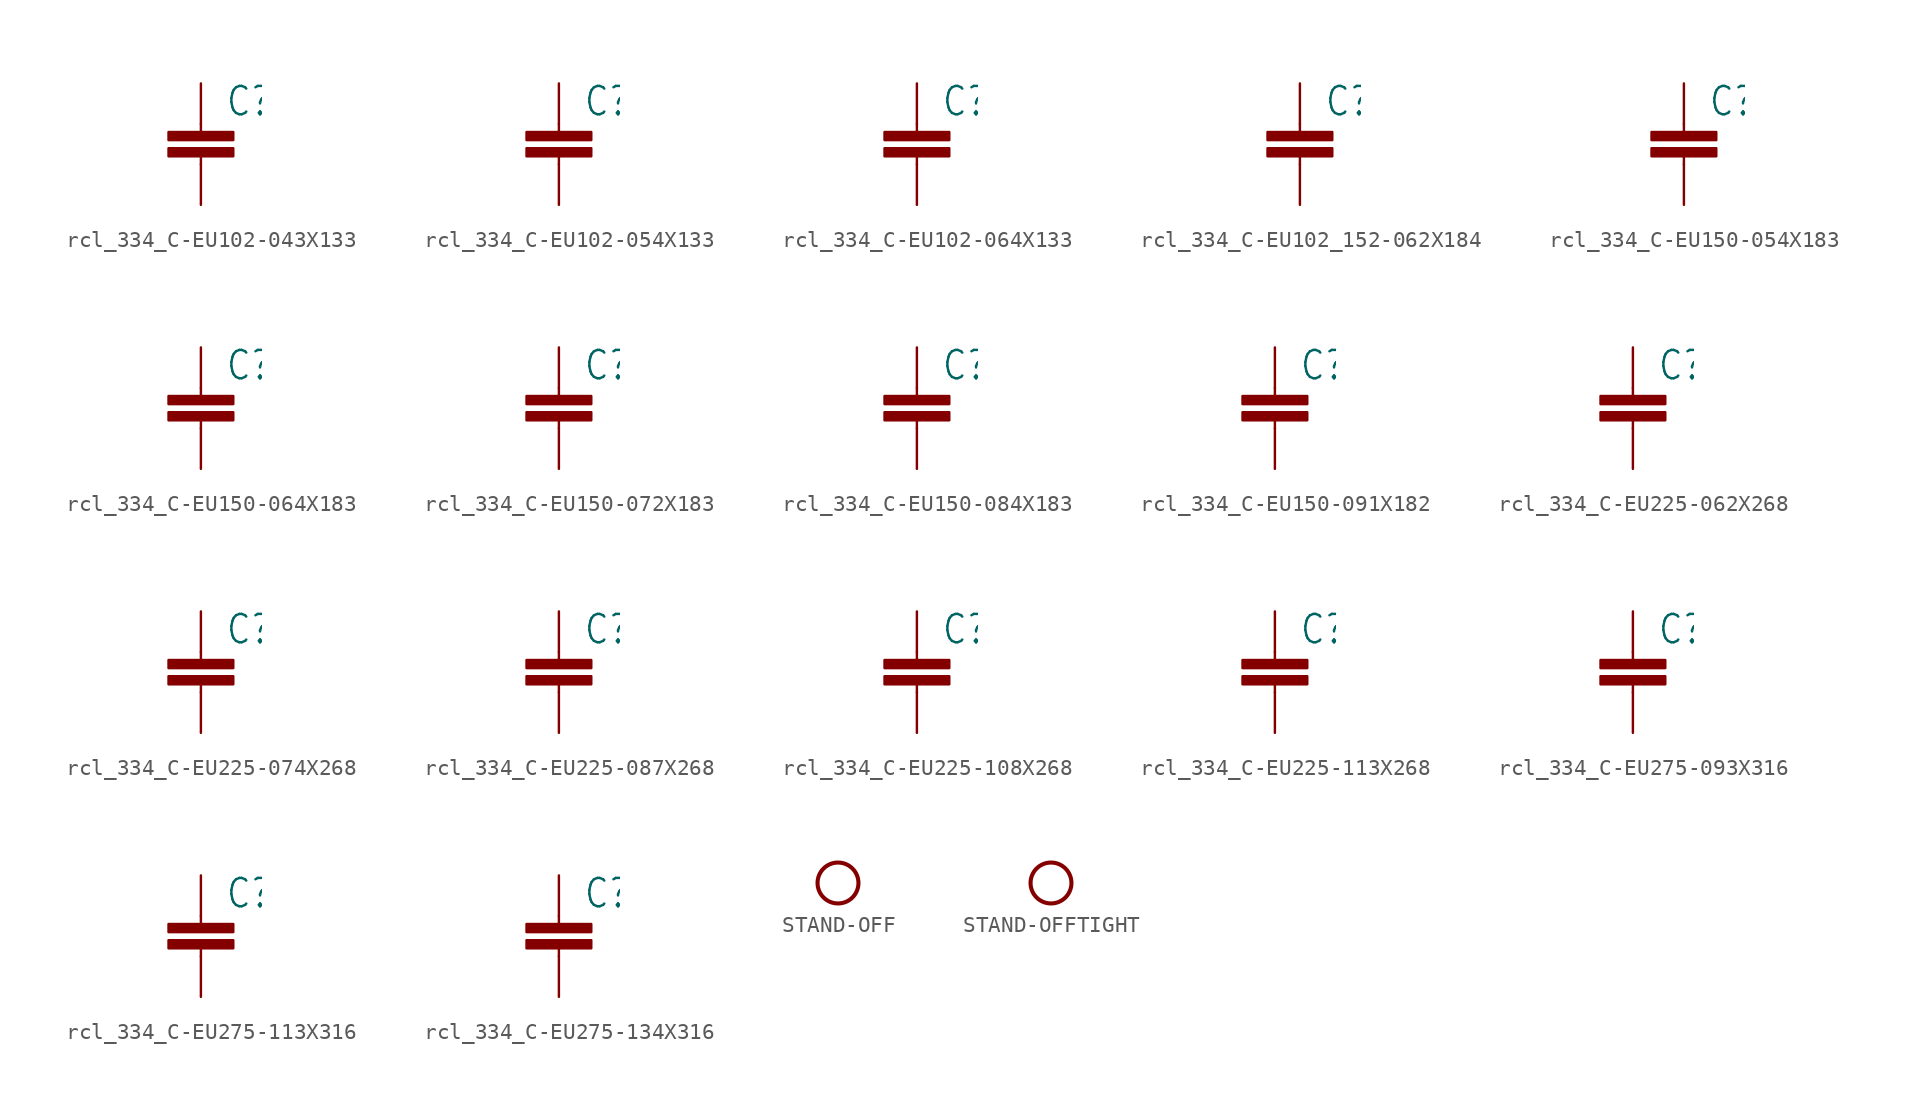
<source format=kicad_sym>
(kicad_symbol_lib
  (version 20241209)
  (generator "kicad_symbol_editor")
  (generator_version "9.0")
  (symbol "rcl_334_C-EU102-043X133"
    (property "Reference" "C"
      (at 1.524 0.381 0)
      (effects (font (size 1.778 1.511)) (justify left bottom)))
    (property "Value" ""
      (at 1.524 -4.699 0)
      (effects (font (size 1.778 1.511)) (justify left bottom)))
    (property "ki_locked" ""
      (at 0 0 0)
      (effects (font (size 1.27 1.27))))
    (symbol "rcl_334_C-EU102-043X133_1_0"
      (rectangle (start -2.032 -1.016) (end 2.032 -0.508) (stroke (width 0) (type default)) (fill (type outline)))
      (rectangle (start -2.032 -2.032) (end 2.032 -1.524) (stroke (width 0) (type default)) (fill (type outline)))
      (polyline (pts (xy 0 0) (xy 0 -0.508)) (stroke (width 0.152) (type solid)) (fill (type none)))
      (polyline (pts (xy 0 -2.54) (xy 0 -2.032)) (stroke (width 0.152) (type solid)) (fill (type none)))
      (pin passive line (at 0 2.54 270) (length 2.54) (name "1" (effects (font (size 0 0)))) (number "1" (effects (font (size 0 0)))))
      (pin passive line (at 0 -5.08 90) (length 2.54) (name "2" (effects (font (size 0 0)))) (number "2" (effects (font (size 0 0)))))))
  (symbol "rcl_334_C-EU102-054X133"
    (property "Reference" "C"
      (at 1.524 0.381 0)
      (effects (font (size 1.778 1.511)) (justify left bottom)))
    (property "Value" ""
      (at 1.524 -4.699 0)
      (effects (font (size 1.778 1.511)) (justify left bottom)))
    (property "ki_locked" ""
      (at 0 0 0)
      (effects (font (size 1.27 1.27))))
    (symbol "rcl_334_C-EU102-054X133_1_0"
      (rectangle (start -2.032 -1.016) (end 2.032 -0.508) (stroke (width 0) (type default)) (fill (type outline)))
      (rectangle (start -2.032 -2.032) (end 2.032 -1.524) (stroke (width 0) (type default)) (fill (type outline)))
      (polyline (pts (xy 0 0) (xy 0 -0.508)) (stroke (width 0.152) (type solid)) (fill (type none)))
      (polyline (pts (xy 0 -2.54) (xy 0 -2.032)) (stroke (width 0.152) (type solid)) (fill (type none)))
      (pin passive line (at 0 2.54 270) (length 2.54) (name "1" (effects (font (size 0 0)))) (number "1" (effects (font (size 0 0)))))
      (pin passive line (at 0 -5.08 90) (length 2.54) (name "2" (effects (font (size 0 0)))) (number "2" (effects (font (size 0 0)))))))
  (symbol "rcl_334_C-EU102-064X133"
    (property "Reference" "C"
      (at 1.524 0.381 0)
      (effects (font (size 1.778 1.511)) (justify left bottom)))
    (property "Value" ""
      (at 1.524 -4.699 0)
      (effects (font (size 1.778 1.511)) (justify left bottom)))
    (property "ki_locked" ""
      (at 0 0 0)
      (effects (font (size 1.27 1.27))))
    (symbol "rcl_334_C-EU102-064X133_1_0"
      (rectangle (start -2.032 -1.016) (end 2.032 -0.508) (stroke (width 0) (type default)) (fill (type outline)))
      (rectangle (start -2.032 -2.032) (end 2.032 -1.524) (stroke (width 0) (type default)) (fill (type outline)))
      (polyline (pts (xy 0 0) (xy 0 -0.508)) (stroke (width 0.152) (type solid)) (fill (type none)))
      (polyline (pts (xy 0 -2.54) (xy 0 -2.032)) (stroke (width 0.152) (type solid)) (fill (type none)))
      (pin passive line (at 0 2.54 270) (length 2.54) (name "1" (effects (font (size 0 0)))) (number "1" (effects (font (size 0 0)))))
      (pin passive line (at 0 -5.08 90) (length 2.54) (name "2" (effects (font (size 0 0)))) (number "2" (effects (font (size 0 0)))))))
  (symbol "rcl_334_C-EU102_152-062X184"
    (property "Reference" "C"
      (at 1.524 0.381 0)
      (effects (font (size 1.778 1.511)) (justify left bottom)))
    (property "Value" ""
      (at 1.524 -4.699 0)
      (effects (font (size 1.778 1.511)) (justify left bottom)))
    (property "ki_locked" ""
      (at 0 0 0)
      (effects (font (size 1.27 1.27))))
    (symbol "rcl_334_C-EU102_152-062X184_1_0"
      (rectangle (start -2.032 -1.016) (end 2.032 -0.508) (stroke (width 0) (type default)) (fill (type outline)))
      (rectangle (start -2.032 -2.032) (end 2.032 -1.524) (stroke (width 0) (type default)) (fill (type outline)))
      (polyline (pts (xy 0 0) (xy 0 -0.508)) (stroke (width 0.152) (type solid)) (fill (type none)))
      (polyline (pts (xy 0 -2.54) (xy 0 -2.032)) (stroke (width 0.152) (type solid)) (fill (type none)))
      (pin passive line (at 0 2.54 270) (length 2.54) (name "1" (effects (font (size 0 0)))) (number "1" (effects (font (size 0 0)))))
      (pin passive line (at 0 -5.08 90) (length 2.54) (name "2" (effects (font (size 0 0)))) (number "2" (effects (font (size 0 0)))))))
  (symbol "rcl_334_C-EU150-054X183"
    (property "Reference" "C"
      (at 1.524 0.381 0)
      (effects (font (size 1.778 1.511)) (justify left bottom)))
    (property "Value" ""
      (at 1.524 -4.699 0)
      (effects (font (size 1.778 1.511)) (justify left bottom)))
    (property "ki_locked" ""
      (at 0 0 0)
      (effects (font (size 1.27 1.27))))
    (symbol "rcl_334_C-EU150-054X183_1_0"
      (rectangle (start -2.032 -1.016) (end 2.032 -0.508) (stroke (width 0) (type default)) (fill (type outline)))
      (rectangle (start -2.032 -2.032) (end 2.032 -1.524) (stroke (width 0) (type default)) (fill (type outline)))
      (polyline (pts (xy 0 0) (xy 0 -0.508)) (stroke (width 0.152) (type solid)) (fill (type none)))
      (polyline (pts (xy 0 -2.54) (xy 0 -2.032)) (stroke (width 0.152) (type solid)) (fill (type none)))
      (pin passive line (at 0 2.54 270) (length 2.54) (name "1" (effects (font (size 0 0)))) (number "1" (effects (font (size 0 0)))))
      (pin passive line (at 0 -5.08 90) (length 2.54) (name "2" (effects (font (size 0 0)))) (number "2" (effects (font (size 0 0)))))))
  (symbol "rcl_334_C-EU150-064X183"
    (property "Reference" "C"
      (at 1.524 0.381 0)
      (effects (font (size 1.778 1.511)) (justify left bottom)))
    (property "Value" ""
      (at 1.524 -4.699 0)
      (effects (font (size 1.778 1.511)) (justify left bottom)))
    (property "ki_locked" ""
      (at 0 0 0)
      (effects (font (size 1.27 1.27))))
    (symbol "rcl_334_C-EU150-064X183_1_0"
      (rectangle (start -2.032 -1.016) (end 2.032 -0.508) (stroke (width 0) (type default)) (fill (type outline)))
      (rectangle (start -2.032 -2.032) (end 2.032 -1.524) (stroke (width 0) (type default)) (fill (type outline)))
      (polyline (pts (xy 0 0) (xy 0 -0.508)) (stroke (width 0.152) (type solid)) (fill (type none)))
      (polyline (pts (xy 0 -2.54) (xy 0 -2.032)) (stroke (width 0.152) (type solid)) (fill (type none)))
      (pin passive line (at 0 2.54 270) (length 2.54) (name "1" (effects (font (size 0 0)))) (number "1" (effects (font (size 0 0)))))
      (pin passive line (at 0 -5.08 90) (length 2.54) (name "2" (effects (font (size 0 0)))) (number "2" (effects (font (size 0 0)))))))
  (symbol "rcl_334_C-EU150-072X183"
    (property "Reference" "C"
      (at 1.524 0.381 0)
      (effects (font (size 1.778 1.511)) (justify left bottom)))
    (property "Value" ""
      (at 1.524 -4.699 0)
      (effects (font (size 1.778 1.511)) (justify left bottom)))
    (property "ki_locked" ""
      (at 0 0 0)
      (effects (font (size 1.27 1.27))))
    (symbol "rcl_334_C-EU150-072X183_1_0"
      (rectangle (start -2.032 -1.016) (end 2.032 -0.508) (stroke (width 0) (type default)) (fill (type outline)))
      (rectangle (start -2.032 -2.032) (end 2.032 -1.524) (stroke (width 0) (type default)) (fill (type outline)))
      (polyline (pts (xy 0 0) (xy 0 -0.508)) (stroke (width 0.152) (type solid)) (fill (type none)))
      (polyline (pts (xy 0 -2.54) (xy 0 -2.032)) (stroke (width 0.152) (type solid)) (fill (type none)))
      (pin passive line (at 0 2.54 270) (length 2.54) (name "1" (effects (font (size 0 0)))) (number "1" (effects (font (size 0 0)))))
      (pin passive line (at 0 -5.08 90) (length 2.54) (name "2" (effects (font (size 0 0)))) (number "2" (effects (font (size 0 0)))))))
  (symbol "rcl_334_C-EU150-084X183"
    (property "Reference" "C"
      (at 1.524 0.381 0)
      (effects (font (size 1.778 1.511)) (justify left bottom)))
    (property "Value" ""
      (at 1.524 -4.699 0)
      (effects (font (size 1.778 1.511)) (justify left bottom)))
    (property "ki_locked" ""
      (at 0 0 0)
      (effects (font (size 1.27 1.27))))
    (symbol "rcl_334_C-EU150-084X183_1_0"
      (rectangle (start -2.032 -1.016) (end 2.032 -0.508) (stroke (width 0) (type default)) (fill (type outline)))
      (rectangle (start -2.032 -2.032) (end 2.032 -1.524) (stroke (width 0) (type default)) (fill (type outline)))
      (polyline (pts (xy 0 0) (xy 0 -0.508)) (stroke (width 0.152) (type solid)) (fill (type none)))
      (polyline (pts (xy 0 -2.54) (xy 0 -2.032)) (stroke (width 0.152) (type solid)) (fill (type none)))
      (pin passive line (at 0 2.54 270) (length 2.54) (name "1" (effects (font (size 0 0)))) (number "1" (effects (font (size 0 0)))))
      (pin passive line (at 0 -5.08 90) (length 2.54) (name "2" (effects (font (size 0 0)))) (number "2" (effects (font (size 0 0)))))))
  (symbol "rcl_334_C-EU150-091X182"
    (property "Reference" "C"
      (at 1.524 0.381 0)
      (effects (font (size 1.778 1.511)) (justify left bottom)))
    (property "Value" ""
      (at 1.524 -4.699 0)
      (effects (font (size 1.778 1.511)) (justify left bottom)))
    (property "ki_locked" ""
      (at 0 0 0)
      (effects (font (size 1.27 1.27))))
    (symbol "rcl_334_C-EU150-091X182_1_0"
      (rectangle (start -2.032 -1.016) (end 2.032 -0.508) (stroke (width 0) (type default)) (fill (type outline)))
      (rectangle (start -2.032 -2.032) (end 2.032 -1.524) (stroke (width 0) (type default)) (fill (type outline)))
      (polyline (pts (xy 0 0) (xy 0 -0.508)) (stroke (width 0.152) (type solid)) (fill (type none)))
      (polyline (pts (xy 0 -2.54) (xy 0 -2.032)) (stroke (width 0.152) (type solid)) (fill (type none)))
      (pin passive line (at 0 2.54 270) (length 2.54) (name "1" (effects (font (size 0 0)))) (number "1" (effects (font (size 0 0)))))
      (pin passive line (at 0 -5.08 90) (length 2.54) (name "2" (effects (font (size 0 0)))) (number "2" (effects (font (size 0 0)))))))
  (symbol "rcl_334_C-EU225-062X268"
    (property "Reference" "C"
      (at 1.524 0.381 0)
      (effects (font (size 1.778 1.511)) (justify left bottom)))
    (property "Value" ""
      (at 1.524 -4.699 0)
      (effects (font (size 1.778 1.511)) (justify left bottom)))
    (property "ki_locked" ""
      (at 0 0 0)
      (effects (font (size 1.27 1.27))))
    (symbol "rcl_334_C-EU225-062X268_1_0"
      (rectangle (start -2.032 -1.016) (end 2.032 -0.508) (stroke (width 0) (type default)) (fill (type outline)))
      (rectangle (start -2.032 -2.032) (end 2.032 -1.524) (stroke (width 0) (type default)) (fill (type outline)))
      (polyline (pts (xy 0 0) (xy 0 -0.508)) (stroke (width 0.152) (type solid)) (fill (type none)))
      (polyline (pts (xy 0 -2.54) (xy 0 -2.032)) (stroke (width 0.152) (type solid)) (fill (type none)))
      (pin passive line (at 0 2.54 270) (length 2.54) (name "1" (effects (font (size 0 0)))) (number "1" (effects (font (size 0 0)))))
      (pin passive line (at 0 -5.08 90) (length 2.54) (name "2" (effects (font (size 0 0)))) (number "2" (effects (font (size 0 0)))))))
  (symbol "rcl_334_C-EU225-074X268"
    (property "Reference" "C"
      (at 1.524 0.381 0)
      (effects (font (size 1.778 1.511)) (justify left bottom)))
    (property "Value" ""
      (at 1.524 -4.699 0)
      (effects (font (size 1.778 1.511)) (justify left bottom)))
    (property "ki_locked" ""
      (at 0 0 0)
      (effects (font (size 1.27 1.27))))
    (symbol "rcl_334_C-EU225-074X268_1_0"
      (rectangle (start -2.032 -1.016) (end 2.032 -0.508) (stroke (width 0) (type default)) (fill (type outline)))
      (rectangle (start -2.032 -2.032) (end 2.032 -1.524) (stroke (width 0) (type default)) (fill (type outline)))
      (polyline (pts (xy 0 0) (xy 0 -0.508)) (stroke (width 0.152) (type solid)) (fill (type none)))
      (polyline (pts (xy 0 -2.54) (xy 0 -2.032)) (stroke (width 0.152) (type solid)) (fill (type none)))
      (pin passive line (at 0 2.54 270) (length 2.54) (name "1" (effects (font (size 0 0)))) (number "1" (effects (font (size 0 0)))))
      (pin passive line (at 0 -5.08 90) (length 2.54) (name "2" (effects (font (size 0 0)))) (number "2" (effects (font (size 0 0)))))))
  (symbol "rcl_334_C-EU225-087X268"
    (property "Reference" "C"
      (at 1.524 0.381 0)
      (effects (font (size 1.778 1.511)) (justify left bottom)))
    (property "Value" ""
      (at 1.524 -4.699 0)
      (effects (font (size 1.778 1.511)) (justify left bottom)))
    (property "ki_locked" ""
      (at 0 0 0)
      (effects (font (size 1.27 1.27))))
    (symbol "rcl_334_C-EU225-087X268_1_0"
      (rectangle (start -2.032 -1.016) (end 2.032 -0.508) (stroke (width 0) (type default)) (fill (type outline)))
      (rectangle (start -2.032 -2.032) (end 2.032 -1.524) (stroke (width 0) (type default)) (fill (type outline)))
      (polyline (pts (xy 0 0) (xy 0 -0.508)) (stroke (width 0.152) (type solid)) (fill (type none)))
      (polyline (pts (xy 0 -2.54) (xy 0 -2.032)) (stroke (width 0.152) (type solid)) (fill (type none)))
      (pin passive line (at 0 2.54 270) (length 2.54) (name "1" (effects (font (size 0 0)))) (number "1" (effects (font (size 0 0)))))
      (pin passive line (at 0 -5.08 90) (length 2.54) (name "2" (effects (font (size 0 0)))) (number "2" (effects (font (size 0 0)))))))
  (symbol "rcl_334_C-EU225-108X268"
    (property "Reference" "C"
      (at 1.524 0.381 0)
      (effects (font (size 1.778 1.511)) (justify left bottom)))
    (property "Value" ""
      (at 1.524 -4.699 0)
      (effects (font (size 1.778 1.511)) (justify left bottom)))
    (property "ki_locked" ""
      (at 0 0 0)
      (effects (font (size 1.27 1.27))))
    (symbol "rcl_334_C-EU225-108X268_1_0"
      (rectangle (start -2.032 -1.016) (end 2.032 -0.508) (stroke (width 0) (type default)) (fill (type outline)))
      (rectangle (start -2.032 -2.032) (end 2.032 -1.524) (stroke (width 0) (type default)) (fill (type outline)))
      (polyline (pts (xy 0 0) (xy 0 -0.508)) (stroke (width 0.152) (type solid)) (fill (type none)))
      (polyline (pts (xy 0 -2.54) (xy 0 -2.032)) (stroke (width 0.152) (type solid)) (fill (type none)))
      (pin passive line (at 0 2.54 270) (length 2.54) (name "1" (effects (font (size 0 0)))) (number "1" (effects (font (size 0 0)))))
      (pin passive line (at 0 -5.08 90) (length 2.54) (name "2" (effects (font (size 0 0)))) (number "2" (effects (font (size 0 0)))))))
  (symbol "rcl_334_C-EU225-113X268"
    (property "Reference" "C"
      (at 1.524 0.381 0)
      (effects (font (size 1.778 1.511)) (justify left bottom)))
    (property "Value" ""
      (at 1.524 -4.699 0)
      (effects (font (size 1.778 1.511)) (justify left bottom)))
    (property "ki_locked" ""
      (at 0 0 0)
      (effects (font (size 1.27 1.27))))
    (symbol "rcl_334_C-EU225-113X268_1_0"
      (rectangle (start -2.032 -1.016) (end 2.032 -0.508) (stroke (width 0) (type default)) (fill (type outline)))
      (rectangle (start -2.032 -2.032) (end 2.032 -1.524) (stroke (width 0) (type default)) (fill (type outline)))
      (polyline (pts (xy 0 0) (xy 0 -0.508)) (stroke (width 0.152) (type solid)) (fill (type none)))
      (polyline (pts (xy 0 -2.54) (xy 0 -2.032)) (stroke (width 0.152) (type solid)) (fill (type none)))
      (pin passive line (at 0 2.54 270) (length 2.54) (name "1" (effects (font (size 0 0)))) (number "1" (effects (font (size 0 0)))))
      (pin passive line (at 0 -5.08 90) (length 2.54) (name "2" (effects (font (size 0 0)))) (number "2" (effects (font (size 0 0)))))))
  (symbol "rcl_334_C-EU275-093X316"
    (property "Reference" "C"
      (at 1.524 0.381 0)
      (effects (font (size 1.778 1.511)) (justify left bottom)))
    (property "Value" ""
      (at 1.524 -4.699 0)
      (effects (font (size 1.778 1.511)) (justify left bottom)))
    (property "ki_locked" ""
      (at 0 0 0)
      (effects (font (size 1.27 1.27))))
    (symbol "rcl_334_C-EU275-093X316_1_0"
      (rectangle (start -2.032 -1.016) (end 2.032 -0.508) (stroke (width 0) (type default)) (fill (type outline)))
      (rectangle (start -2.032 -2.032) (end 2.032 -1.524) (stroke (width 0) (type default)) (fill (type outline)))
      (polyline (pts (xy 0 0) (xy 0 -0.508)) (stroke (width 0.152) (type solid)) (fill (type none)))
      (polyline (pts (xy 0 -2.54) (xy 0 -2.032)) (stroke (width 0.152) (type solid)) (fill (type none)))
      (pin passive line (at 0 2.54 270) (length 2.54) (name "1" (effects (font (size 0 0)))) (number "1" (effects (font (size 0 0)))))
      (pin passive line (at 0 -5.08 90) (length 2.54) (name "2" (effects (font (size 0 0)))) (number "2" (effects (font (size 0 0)))))))
  (symbol "rcl_334_C-EU275-113X316"
    (property "Reference" "C"
      (at 1.524 0.381 0)
      (effects (font (size 1.778 1.511)) (justify left bottom)))
    (property "Value" ""
      (at 1.524 -4.699 0)
      (effects (font (size 1.778 1.511)) (justify left bottom)))
    (property "ki_locked" ""
      (at 0 0 0)
      (effects (font (size 1.27 1.27))))
    (symbol "rcl_334_C-EU275-113X316_1_0"
      (rectangle (start -2.032 -1.016) (end 2.032 -0.508) (stroke (width 0) (type default)) (fill (type outline)))
      (rectangle (start -2.032 -2.032) (end 2.032 -1.524) (stroke (width 0) (type default)) (fill (type outline)))
      (polyline (pts (xy 0 0) (xy 0 -0.508)) (stroke (width 0.152) (type solid)) (fill (type none)))
      (polyline (pts (xy 0 -2.54) (xy 0 -2.032)) (stroke (width 0.152) (type solid)) (fill (type none)))
      (pin passive line (at 0 2.54 270) (length 2.54) (name "1" (effects (font (size 0 0)))) (number "1" (effects (font (size 0 0)))))
      (pin passive line (at 0 -5.08 90) (length 2.54) (name "2" (effects (font (size 0 0)))) (number "2" (effects (font (size 0 0)))))))
  (symbol "rcl_334_C-EU275-134X316"
    (property "Reference" "C"
      (at 1.524 0.381 0)
      (effects (font (size 1.778 1.511)) (justify left bottom)))
    (property "Value" ""
      (at 1.524 -4.699 0)
      (effects (font (size 1.778 1.511)) (justify left bottom)))
    (property "ki_locked" ""
      (at 0 0 0)
      (effects (font (size 1.27 1.27))))
    (symbol "rcl_334_C-EU275-134X316_1_0"
      (rectangle (start -2.032 -1.016) (end 2.032 -0.508) (stroke (width 0) (type default)) (fill (type outline)))
      (rectangle (start -2.032 -2.032) (end 2.032 -1.524) (stroke (width 0) (type default)) (fill (type outline)))
      (polyline (pts (xy 0 0) (xy 0 -0.508)) (stroke (width 0.152) (type solid)) (fill (type none)))
      (polyline (pts (xy 0 -2.54) (xy 0 -2.032)) (stroke (width 0.152) (type solid)) (fill (type none)))
      (pin passive line (at 0 2.54 270) (length 2.54) (name "1" (effects (font (size 0 0)))) (number "1" (effects (font (size 0 0)))))
      (pin passive line (at 0 -5.08 90) (length 2.54) (name "2" (effects (font (size 0 0)))) (number "2" (effects (font (size 0 0)))))))
  (symbol "STAND-OFF"
    (property "Reference" "H"
      (at 0 0 0)
      (effects (font (size 1.27 1.27)) (hide yes)))
    (property "ki_locked" ""
      (at 0 0 0)
      (effects (font (size 1.27 1.27))))
    (symbol "STAND-OFF_1_0"
      (circle (center 0 0) (radius 1.27) (stroke (width 0.254) (type solid)) (fill (type none)))))
  (symbol "STAND-OFFTIGHT"
    (property "Reference" "H"
      (at 0 0 0)
      (effects (font (size 1.27 1.27)) (hide yes)))
    (property "ki_locked" ""
      (at 0 0 0)
      (effects (font (size 1.27 1.27))))
    (symbol "STAND-OFFTIGHT_1_0"
      (circle (center 0 0) (radius 1.27) (stroke (width 0.254) (type solid)) (fill (type none))))))
</source>
